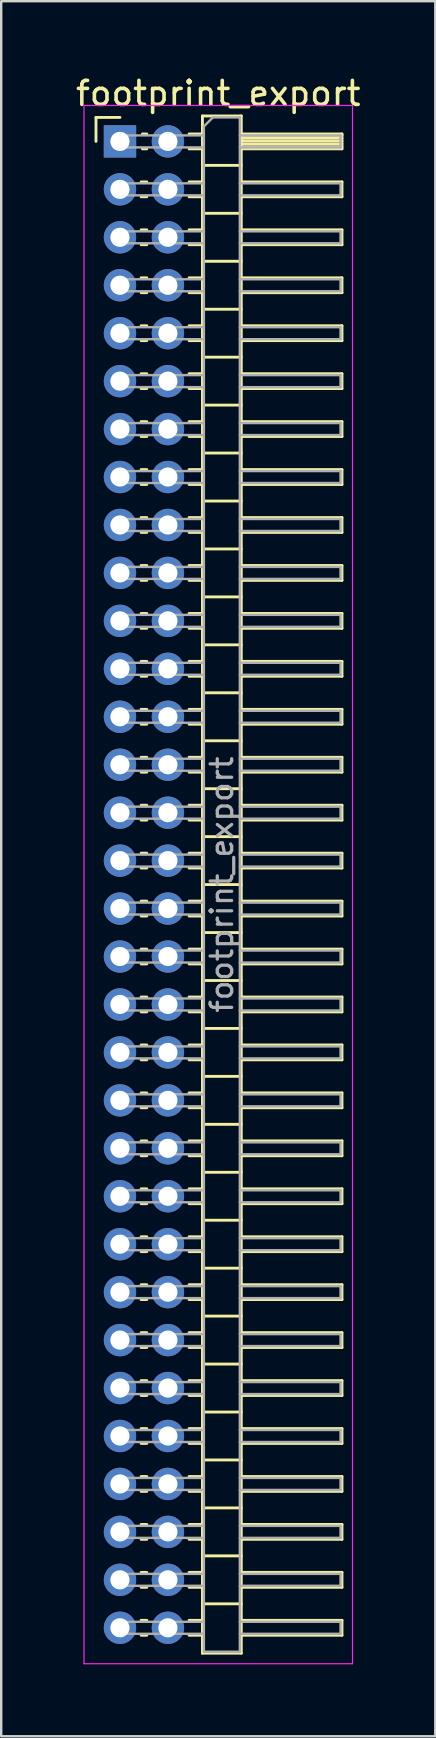
<source format=kicad_pcb>
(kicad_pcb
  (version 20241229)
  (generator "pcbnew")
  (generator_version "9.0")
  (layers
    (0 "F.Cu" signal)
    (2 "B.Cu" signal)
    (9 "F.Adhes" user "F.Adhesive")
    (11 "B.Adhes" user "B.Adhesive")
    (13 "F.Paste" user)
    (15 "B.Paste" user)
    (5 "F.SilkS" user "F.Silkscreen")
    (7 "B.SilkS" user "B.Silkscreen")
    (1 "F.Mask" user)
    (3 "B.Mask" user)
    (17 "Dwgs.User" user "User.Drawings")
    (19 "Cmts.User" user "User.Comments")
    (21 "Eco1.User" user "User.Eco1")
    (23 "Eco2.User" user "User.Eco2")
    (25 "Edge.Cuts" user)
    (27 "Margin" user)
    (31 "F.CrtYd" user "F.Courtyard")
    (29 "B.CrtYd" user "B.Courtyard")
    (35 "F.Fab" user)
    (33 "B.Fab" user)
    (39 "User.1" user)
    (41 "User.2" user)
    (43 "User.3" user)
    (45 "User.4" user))
  (footprint "footprint_export"
    (layer "F.Cu")
    (at 1.954 2.848)
    (property "Reference" "footprint_export" (at 4.1 -2 0) (layer "F.SilkS") (effects (font (size 1 1) (thickness 0.15))))
    (attr through_hole)
    (fp_line (start -1 -1) (end 0 -1) (stroke (width 0.12) (type solid)) (layer "F.SilkS"))
    (fp_line (start -1 0) (end -1 -1) (stroke (width 0.12) (type solid)) (layer "F.SilkS"))
    (fp_line (start 0.882 1.69) (end 1.118 1.69) (stroke (width 0.12) (type solid)) (layer "F.SilkS"))
    (fp_line (start 0.882 2.31) (end 1.118 2.31) (stroke (width 0.12) (type solid)) (layer "F.SilkS"))
    (fp_line (start 0.882 3.69) (end 1.118 3.69) (stroke (width 0.12) (type solid)) (layer "F.SilkS"))
    (fp_line (start 0.882 4.31) (end 1.118 4.31) (stroke (width 0.12) (type solid)) (layer "F.SilkS"))
    (fp_line (start 0.882 5.69) (end 1.118 5.69) (stroke (width 0.12) (type solid)) (layer "F.SilkS"))
    (fp_line (start 0.882 6.31) (end 1.118 6.31) (stroke (width 0.12) (type solid)) (layer "F.SilkS"))
    (fp_line (start 0.882 7.69) (end 1.118 7.69) (stroke (width 0.12) (type solid)) (layer "F.SilkS"))
    (fp_line (start 0.882 8.31) (end 1.118 8.31) (stroke (width 0.12) (type solid)) (layer "F.SilkS"))
    (fp_line (start 0.882 9.69) (end 1.118 9.69) (stroke (width 0.12) (type solid)) (layer "F.SilkS"))
    (fp_line (start 0.882 10.31) (end 1.118 10.31) (stroke (width 0.12) (type solid)) (layer "F.SilkS"))
    (fp_line (start 0.882 11.69) (end 1.118 11.69) (stroke (width 0.12) (type solid)) (layer "F.SilkS"))
    (fp_line (start 0.882 12.31) (end 1.118 12.31) (stroke (width 0.12) (type solid)) (layer "F.SilkS"))
    (fp_line (start 0.882 13.69) (end 1.118 13.69) (stroke (width 0.12) (type solid)) (layer "F.SilkS"))
    (fp_line (start 0.882 14.31) (end 1.118 14.31) (stroke (width 0.12) (type solid)) (layer "F.SilkS"))
    (fp_line (start 0.882 15.69) (end 1.118 15.69) (stroke (width 0.12) (type solid)) (layer "F.SilkS"))
    (fp_line (start 0.882 16.31) (end 1.118 16.31) (stroke (width 0.12) (type solid)) (layer "F.SilkS"))
    (fp_line (start 0.882 17.69) (end 1.118 17.69) (stroke (width 0.12) (type solid)) (layer "F.SilkS"))
    (fp_line (start 0.882 18.31) (end 1.118 18.31) (stroke (width 0.12) (type solid)) (layer "F.SilkS"))
    (fp_line (start 0.882 19.69) (end 1.118 19.69) (stroke (width 0.12) (type solid)) (layer "F.SilkS"))
    (fp_line (start 0.882 20.31) (end 1.118 20.31) (stroke (width 0.12) (type solid)) (layer "F.SilkS"))
    (fp_line (start 0.882 21.69) (end 1.118 21.69) (stroke (width 0.12) (type solid)) (layer "F.SilkS"))
    (fp_line (start 0.882 22.31) (end 1.118 22.31) (stroke (width 0.12) (type solid)) (layer "F.SilkS"))
    (fp_line (start 0.882 23.69) (end 1.118 23.69) (stroke (width 0.12) (type solid)) (layer "F.SilkS"))
    (fp_line (start 0.882 24.31) (end 1.118 24.31) (stroke (width 0.12) (type solid)) (layer "F.SilkS"))
    (fp_line (start 0.882 25.69) (end 1.118 25.69) (stroke (width 0.12) (type solid)) (layer "F.SilkS"))
    (fp_line (start 0.882 26.31) (end 1.118 26.31) (stroke (width 0.12) (type solid)) (layer "F.SilkS"))
    (fp_line (start 0.882 27.69) (end 1.118 27.69) (stroke (width 0.12) (type solid)) (layer "F.SilkS"))
    (fp_line (start 0.882 28.31) (end 1.118 28.31) (stroke (width 0.12) (type solid)) (layer "F.SilkS"))
    (fp_line (start 0.882 29.69) (end 1.118 29.69) (stroke (width 0.12) (type solid)) (layer "F.SilkS"))
    (fp_line (start 0.882 30.31) (end 1.118 30.31) (stroke (width 0.12) (type solid)) (layer "F.SilkS"))
    (fp_line (start 0.882 31.69) (end 1.118 31.69) (stroke (width 0.12) (type solid)) (layer "F.SilkS"))
    (fp_line (start 0.882 32.31) (end 1.118 32.31) (stroke (width 0.12) (type solid)) (layer "F.SilkS"))
    (fp_line (start 0.882 33.69) (end 1.118 33.69) (stroke (width 0.12) (type solid)) (layer "F.SilkS"))
    (fp_line (start 0.882 34.31) (end 1.118 34.31) (stroke (width 0.12) (type solid)) (layer "F.SilkS"))
    (fp_line (start 0.882 35.69) (end 1.118 35.69) (stroke (width 0.12) (type solid)) (layer "F.SilkS"))
    (fp_line (start 0.882 36.31) (end 1.118 36.31) (stroke (width 0.12) (type solid)) (layer "F.SilkS"))
    (fp_line (start 0.882 37.69) (end 1.118 37.69) (stroke (width 0.12) (type solid)) (layer "F.SilkS"))
    (fp_line (start 0.882 38.31) (end 1.118 38.31) (stroke (width 0.12) (type solid)) (layer "F.SilkS"))
    (fp_line (start 0.882 39.69) (end 1.118 39.69) (stroke (width 0.12) (type solid)) (layer "F.SilkS"))
    (fp_line (start 0.882 40.31) (end 1.118 40.31) (stroke (width 0.12) (type solid)) (layer "F.SilkS"))
    (fp_line (start 0.882 41.69) (end 1.118 41.69) (stroke (width 0.12) (type solid)) (layer "F.SilkS"))
    (fp_line (start 0.882 42.31) (end 1.118 42.31) (stroke (width 0.12) (type solid)) (layer "F.SilkS"))
    (fp_line (start 0.882 43.69) (end 1.118 43.69) (stroke (width 0.12) (type solid)) (layer "F.SilkS"))
    (fp_line (start 0.882 44.31) (end 1.118 44.31) (stroke (width 0.12) (type solid)) (layer "F.SilkS"))
    (fp_line (start 0.882 45.69) (end 1.118 45.69) (stroke (width 0.12) (type solid)) (layer "F.SilkS"))
    (fp_line (start 0.882 46.31) (end 1.118 46.31) (stroke (width 0.12) (type solid)) (layer "F.SilkS"))
    (fp_line (start 0.882 47.69) (end 1.118 47.69) (stroke (width 0.12) (type solid)) (layer "F.SilkS"))
    (fp_line (start 0.882 48.31) (end 1.118 48.31) (stroke (width 0.12) (type solid)) (layer "F.SilkS"))
    (fp_line (start 0.882 49.69) (end 1.118 49.69) (stroke (width 0.12) (type solid)) (layer "F.SilkS"))
    (fp_line (start 0.882 50.31) (end 1.118 50.31) (stroke (width 0.12) (type solid)) (layer "F.SilkS"))
    (fp_line (start 0.882 51.69) (end 1.118 51.69) (stroke (width 0.12) (type solid)) (layer "F.SilkS"))
    (fp_line (start 0.882 52.31) (end 1.118 52.31) (stroke (width 0.12) (type solid)) (layer "F.SilkS"))
    (fp_line (start 0.882 53.69) (end 1.118 53.69) (stroke (width 0.12) (type solid)) (layer "F.SilkS"))
    (fp_line (start 0.882 54.31) (end 1.118 54.31) (stroke (width 0.12) (type solid)) (layer "F.SilkS"))
    (fp_line (start 0.882 55.69) (end 1.118 55.69) (stroke (width 0.12) (type solid)) (layer "F.SilkS"))
    (fp_line (start 0.882 56.31) (end 1.118 56.31) (stroke (width 0.12) (type solid)) (layer "F.SilkS"))
    (fp_line (start 0.882 57.69) (end 1.118 57.69) (stroke (width 0.12) (type solid)) (layer "F.SilkS"))
    (fp_line (start 0.882 58.31) (end 1.118 58.31) (stroke (width 0.12) (type solid)) (layer "F.SilkS"))
    (fp_line (start 0.882 59.69) (end 1.118 59.69) (stroke (width 0.12) (type solid)) (layer "F.SilkS"))
    (fp_line (start 0.882 60.31) (end 1.118 60.31) (stroke (width 0.12) (type solid)) (layer "F.SilkS"))
    (fp_line (start 0.882 61.69) (end 1.118 61.69) (stroke (width 0.12) (type solid)) (layer "F.SilkS"))
    (fp_line (start 0.882 62.31) (end 1.118 62.31) (stroke (width 0.12) (type solid)) (layer "F.SilkS"))
    (fp_line (start 0.935 -0.31) (end 1.118 -0.31) (stroke (width 0.12) (type solid)) (layer "F.SilkS"))
    (fp_line (start 0.935 0.31) (end 1.118 0.31) (stroke (width 0.12) (type solid)) (layer "F.SilkS"))
    (fp_line (start 2.882 -0.31) (end 3.44 -0.31) (stroke (width 0.12) (type solid)) (layer "F.SilkS"))
    (fp_line (start 2.882 0.31) (end 3.44 0.31) (stroke (width 0.12) (type solid)) (layer "F.SilkS"))
    (fp_line (start 2.882 1.69) (end 3.44 1.69) (stroke (width 0.12) (type solid)) (layer "F.SilkS"))
    (fp_line (start 2.882 2.31) (end 3.44 2.31) (stroke (width 0.12) (type solid)) (layer "F.SilkS"))
    (fp_line (start 2.882 3.69) (end 3.44 3.69) (stroke (width 0.12) (type solid)) (layer "F.SilkS"))
    (fp_line (start 2.882 4.31) (end 3.44 4.31) (stroke (width 0.12) (type solid)) (layer "F.SilkS"))
    (fp_line (start 2.882 5.69) (end 3.44 5.69) (stroke (width 0.12) (type solid)) (layer "F.SilkS"))
    (fp_line (start 2.882 6.31) (end 3.44 6.31) (stroke (width 0.12) (type solid)) (layer "F.SilkS"))
    (fp_line (start 2.882 7.69) (end 3.44 7.69) (stroke (width 0.12) (type solid)) (layer "F.SilkS"))
    (fp_line (start 2.882 8.31) (end 3.44 8.31) (stroke (width 0.12) (type solid)) (layer "F.SilkS"))
    (fp_line (start 2.882 9.69) (end 3.44 9.69) (stroke (width 0.12) (type solid)) (layer "F.SilkS"))
    (fp_line (start 2.882 10.31) (end 3.44 10.31) (stroke (width 0.12) (type solid)) (layer "F.SilkS"))
    (fp_line (start 2.882 11.69) (end 3.44 11.69) (stroke (width 0.12) (type solid)) (layer "F.SilkS"))
    (fp_line (start 2.882 12.31) (end 3.44 12.31) (stroke (width 0.12) (type solid)) (layer "F.SilkS"))
    (fp_line (start 2.882 13.69) (end 3.44 13.69) (stroke (width 0.12) (type solid)) (layer "F.SilkS"))
    (fp_line (start 2.882 14.31) (end 3.44 14.31) (stroke (width 0.12) (type solid)) (layer "F.SilkS"))
    (fp_line (start 2.882 15.69) (end 3.44 15.69) (stroke (width 0.12) (type solid)) (layer "F.SilkS"))
    (fp_line (start 2.882 16.31) (end 3.44 16.31) (stroke (width 0.12) (type solid)) (layer "F.SilkS"))
    (fp_line (start 2.882 17.69) (end 3.44 17.69) (stroke (width 0.12) (type solid)) (layer "F.SilkS"))
    (fp_line (start 2.882 18.31) (end 3.44 18.31) (stroke (width 0.12) (type solid)) (layer "F.SilkS"))
    (fp_line (start 2.882 19.69) (end 3.44 19.69) (stroke (width 0.12) (type solid)) (layer "F.SilkS"))
    (fp_line (start 2.882 20.31) (end 3.44 20.31) (stroke (width 0.12) (type solid)) (layer "F.SilkS"))
    (fp_line (start 2.882 21.69) (end 3.44 21.69) (stroke (width 0.12) (type solid)) (layer "F.SilkS"))
    (fp_line (start 2.882 22.31) (end 3.44 22.31) (stroke (width 0.12) (type solid)) (layer "F.SilkS"))
    (fp_line (start 2.882 23.69) (end 3.44 23.69) (stroke (width 0.12) (type solid)) (layer "F.SilkS"))
    (fp_line (start 2.882 24.31) (end 3.44 24.31) (stroke (width 0.12) (type solid)) (layer "F.SilkS"))
    (fp_line (start 2.882 25.69) (end 3.44 25.69) (stroke (width 0.12) (type solid)) (layer "F.SilkS"))
    (fp_line (start 2.882 26.31) (end 3.44 26.31) (stroke (width 0.12) (type solid)) (layer "F.SilkS"))
    (fp_line (start 2.882 27.69) (end 3.44 27.69) (stroke (width 0.12) (type solid)) (layer "F.SilkS"))
    (fp_line (start 2.882 28.31) (end 3.44 28.31) (stroke (width 0.12) (type solid)) (layer "F.SilkS"))
    (fp_line (start 2.882 29.69) (end 3.44 29.69) (stroke (width 0.12) (type solid)) (layer "F.SilkS"))
    (fp_line (start 2.882 30.31) (end 3.44 30.31) (stroke (width 0.12) (type solid)) (layer "F.SilkS"))
    (fp_line (start 2.882 31.69) (end 3.44 31.69) (stroke (width 0.12) (type solid)) (layer "F.SilkS"))
    (fp_line (start 2.882 32.31) (end 3.44 32.31) (stroke (width 0.12) (type solid)) (layer "F.SilkS"))
    (fp_line (start 2.882 33.69) (end 3.44 33.69) (stroke (width 0.12) (type solid)) (layer "F.SilkS"))
    (fp_line (start 2.882 34.31) (end 3.44 34.31) (stroke (width 0.12) (type solid)) (layer "F.SilkS"))
    (fp_line (start 2.882 35.69) (end 3.44 35.69) (stroke (width 0.12) (type solid)) (layer "F.SilkS"))
    (fp_line (start 2.882 36.31) (end 3.44 36.31) (stroke (width 0.12) (type solid)) (layer "F.SilkS"))
    (fp_line (start 2.882 37.69) (end 3.44 37.69) (stroke (width 0.12) (type solid)) (layer "F.SilkS"))
    (fp_line (start 2.882 38.31) (end 3.44 38.31) (stroke (width 0.12) (type solid)) (layer "F.SilkS"))
    (fp_line (start 2.882 39.69) (end 3.44 39.69) (stroke (width 0.12) (type solid)) (layer "F.SilkS"))
    (fp_line (start 2.882 40.31) (end 3.44 40.31) (stroke (width 0.12) (type solid)) (layer "F.SilkS"))
    (fp_line (start 2.882 41.69) (end 3.44 41.69) (stroke (width 0.12) (type solid)) (layer "F.SilkS"))
    (fp_line (start 2.882 42.31) (end 3.44 42.31) (stroke (width 0.12) (type solid)) (layer "F.SilkS"))
    (fp_line (start 2.882 43.69) (end 3.44 43.69) (stroke (width 0.12) (type solid)) (layer "F.SilkS"))
    (fp_line (start 2.882 44.31) (end 3.44 44.31) (stroke (width 0.12) (type solid)) (layer "F.SilkS"))
    (fp_line (start 2.882 45.69) (end 3.44 45.69) (stroke (width 0.12) (type solid)) (layer "F.SilkS"))
    (fp_line (start 2.882 46.31) (end 3.44 46.31) (stroke (width 0.12) (type solid)) (layer "F.SilkS"))
    (fp_line (start 2.882 47.69) (end 3.44 47.69) (stroke (width 0.12) (type solid)) (layer "F.SilkS"))
    (fp_line (start 2.882 48.31) (end 3.44 48.31) (stroke (width 0.12) (type solid)) (layer "F.SilkS"))
    (fp_line (start 2.882 49.69) (end 3.44 49.69) (stroke (width 0.12) (type solid)) (layer "F.SilkS"))
    (fp_line (start 2.882 50.31) (end 3.44 50.31) (stroke (width 0.12) (type solid)) (layer "F.SilkS"))
    (fp_line (start 2.882 51.69) (end 3.44 51.69) (stroke (width 0.12) (type solid)) (layer "F.SilkS"))
    (fp_line (start 2.882 52.31) (end 3.44 52.31) (stroke (width 0.12) (type solid)) (layer "F.SilkS"))
    (fp_line (start 2.882 53.69) (end 3.44 53.69) (stroke (width 0.12) (type solid)) (layer "F.SilkS"))
    (fp_line (start 2.882 54.31) (end 3.44 54.31) (stroke (width 0.12) (type solid)) (layer "F.SilkS"))
    (fp_line (start 2.882 55.69) (end 3.44 55.69) (stroke (width 0.12) (type solid)) (layer "F.SilkS"))
    (fp_line (start 2.882 56.31) (end 3.44 56.31) (stroke (width 0.12) (type solid)) (layer "F.SilkS"))
    (fp_line (start 2.882 57.69) (end 3.44 57.69) (stroke (width 0.12) (type solid)) (layer "F.SilkS"))
    (fp_line (start 2.882 58.31) (end 3.44 58.31) (stroke (width 0.12) (type solid)) (layer "F.SilkS"))
    (fp_line (start 2.882 59.69) (end 3.44 59.69) (stroke (width 0.12) (type solid)) (layer "F.SilkS"))
    (fp_line (start 2.882 60.31) (end 3.44 60.31) (stroke (width 0.12) (type solid)) (layer "F.SilkS"))
    (fp_line (start 2.882 61.69) (end 3.44 61.69) (stroke (width 0.12) (type solid)) (layer "F.SilkS"))
    (fp_line (start 2.882 62.31) (end 3.44 62.31) (stroke (width 0.12) (type solid)) (layer "F.SilkS"))
    (fp_line (start 3.44 -1.06) (end 3.44 63.06) (stroke (width 0.12) (type solid)) (layer "F.SilkS"))
    (fp_line (start 3.44 1) (end 5.06 1) (stroke (width 0.12) (type solid)) (layer "F.SilkS"))
    (fp_line (start 3.44 3) (end 5.06 3) (stroke (width 0.12) (type solid)) (layer "F.SilkS"))
    (fp_line (start 3.44 5) (end 5.06 5) (stroke (width 0.12) (type solid)) (layer "F.SilkS"))
    (fp_line (start 3.44 7) (end 5.06 7) (stroke (width 0.12) (type solid)) (layer "F.SilkS"))
    (fp_line (start 3.44 9) (end 5.06 9) (stroke (width 0.12) (type solid)) (layer "F.SilkS"))
    (fp_line (start 3.44 11) (end 5.06 11) (stroke (width 0.12) (type solid)) (layer "F.SilkS"))
    (fp_line (start 3.44 13) (end 5.06 13) (stroke (width 0.12) (type solid)) (layer "F.SilkS"))
    (fp_line (start 3.44 15) (end 5.06 15) (stroke (width 0.12) (type solid)) (layer "F.SilkS"))
    (fp_line (start 3.44 17) (end 5.06 17) (stroke (width 0.12) (type solid)) (layer "F.SilkS"))
    (fp_line (start 3.44 19) (end 5.06 19) (stroke (width 0.12) (type solid)) (layer "F.SilkS"))
    (fp_line (start 3.44 21) (end 5.06 21) (stroke (width 0.12) (type solid)) (layer "F.SilkS"))
    (fp_line (start 3.44 23) (end 5.06 23) (stroke (width 0.12) (type solid)) (layer "F.SilkS"))
    (fp_line (start 3.44 25) (end 5.06 25) (stroke (width 0.12) (type solid)) (layer "F.SilkS"))
    (fp_line (start 3.44 27) (end 5.06 27) (stroke (width 0.12) (type solid)) (layer "F.SilkS"))
    (fp_line (start 3.44 29) (end 5.06 29) (stroke (width 0.12) (type solid)) (layer "F.SilkS"))
    (fp_line (start 3.44 31) (end 5.06 31) (stroke (width 0.12) (type solid)) (layer "F.SilkS"))
    (fp_line (start 3.44 33) (end 5.06 33) (stroke (width 0.12) (type solid)) (layer "F.SilkS"))
    (fp_line (start 3.44 35) (end 5.06 35) (stroke (width 0.12) (type solid)) (layer "F.SilkS"))
    (fp_line (start 3.44 37) (end 5.06 37) (stroke (width 0.12) (type solid)) (layer "F.SilkS"))
    (fp_line (start 3.44 39) (end 5.06 39) (stroke (width 0.12) (type solid)) (layer "F.SilkS"))
    (fp_line (start 3.44 41) (end 5.06 41) (stroke (width 0.12) (type solid)) (layer "F.SilkS"))
    (fp_line (start 3.44 43) (end 5.06 43) (stroke (width 0.12) (type solid)) (layer "F.SilkS"))
    (fp_line (start 3.44 45) (end 5.06 45) (stroke (width 0.12) (type solid)) (layer "F.SilkS"))
    (fp_line (start 3.44 47) (end 5.06 47) (stroke (width 0.12) (type solid)) (layer "F.SilkS"))
    (fp_line (start 3.44 49) (end 5.06 49) (stroke (width 0.12) (type solid)) (layer "F.SilkS"))
    (fp_line (start 3.44 51) (end 5.06 51) (stroke (width 0.12) (type solid)) (layer "F.SilkS"))
    (fp_line (start 3.44 53) (end 5.06 53) (stroke (width 0.12) (type solid)) (layer "F.SilkS"))
    (fp_line (start 3.44 55) (end 5.06 55) (stroke (width 0.12) (type solid)) (layer "F.SilkS"))
    (fp_line (start 3.44 57) (end 5.06 57) (stroke (width 0.12) (type solid)) (layer "F.SilkS"))
    (fp_line (start 3.44 59) (end 5.06 59) (stroke (width 0.12) (type solid)) (layer "F.SilkS"))
    (fp_line (start 3.44 61) (end 5.06 61) (stroke (width 0.12) (type solid)) (layer "F.SilkS"))
    (fp_line (start 3.44 63.06) (end 5.06 63.06) (stroke (width 0.12) (type solid)) (layer "F.SilkS"))
    (fp_line (start 5.06 -1.06) (end 3.44 -1.06) (stroke (width 0.12) (type solid)) (layer "F.SilkS"))
    (fp_line (start 5.06 -0.31) (end 9.26 -0.31) (stroke (width 0.12) (type solid)) (layer "F.SilkS"))
    (fp_line (start 5.06 -0.25) (end 9.26 -0.25) (stroke (width 0.12) (type solid)) (layer "F.SilkS"))
    (fp_line (start 5.06 -0.13) (end 9.26 -0.13) (stroke (width 0.12) (type solid)) (layer "F.SilkS"))
    (fp_line (start 5.06 -0.01) (end 9.26 -0.01) (stroke (width 0.12) (type solid)) (layer "F.SilkS"))
    (fp_line (start 5.06 0.11) (end 9.26 0.11) (stroke (width 0.12) (type solid)) (layer "F.SilkS"))
    (fp_line (start 5.06 0.23) (end 9.26 0.23) (stroke (width 0.12) (type solid)) (layer "F.SilkS"))
    (fp_line (start 5.06 1.69) (end 9.26 1.69) (stroke (width 0.12) (type solid)) (layer "F.SilkS"))
    (fp_line (start 5.06 3.69) (end 9.26 3.69) (stroke (width 0.12) (type solid)) (layer "F.SilkS"))
    (fp_line (start 5.06 5.69) (end 9.26 5.69) (stroke (width 0.12) (type solid)) (layer "F.SilkS"))
    (fp_line (start 5.06 7.69) (end 9.26 7.69) (stroke (width 0.12) (type solid)) (layer "F.SilkS"))
    (fp_line (start 5.06 9.69) (end 9.26 9.69) (stroke (width 0.12) (type solid)) (layer "F.SilkS"))
    (fp_line (start 5.06 11.69) (end 9.26 11.69) (stroke (width 0.12) (type solid)) (layer "F.SilkS"))
    (fp_line (start 5.06 13.69) (end 9.26 13.69) (stroke (width 0.12) (type solid)) (layer "F.SilkS"))
    (fp_line (start 5.06 15.69) (end 9.26 15.69) (stroke (width 0.12) (type solid)) (layer "F.SilkS"))
    (fp_line (start 5.06 17.69) (end 9.26 17.69) (stroke (width 0.12) (type solid)) (layer "F.SilkS"))
    (fp_line (start 5.06 19.69) (end 9.26 19.69) (stroke (width 0.12) (type solid)) (layer "F.SilkS"))
    (fp_line (start 5.06 21.69) (end 9.26 21.69) (stroke (width 0.12) (type solid)) (layer "F.SilkS"))
    (fp_line (start 5.06 23.69) (end 9.26 23.69) (stroke (width 0.12) (type solid)) (layer "F.SilkS"))
    (fp_line (start 5.06 25.69) (end 9.26 25.69) (stroke (width 0.12) (type solid)) (layer "F.SilkS"))
    (fp_line (start 5.06 27.69) (end 9.26 27.69) (stroke (width 0.12) (type solid)) (layer "F.SilkS"))
    (fp_line (start 5.06 29.69) (end 9.26 29.69) (stroke (width 0.12) (type solid)) (layer "F.SilkS"))
    (fp_line (start 5.06 31.69) (end 9.26 31.69) (stroke (width 0.12) (type solid)) (layer "F.SilkS"))
    (fp_line (start 5.06 33.69) (end 9.26 33.69) (stroke (width 0.12) (type solid)) (layer "F.SilkS"))
    (fp_line (start 5.06 35.69) (end 9.26 35.69) (stroke (width 0.12) (type solid)) (layer "F.SilkS"))
    (fp_line (start 5.06 37.69) (end 9.26 37.69) (stroke (width 0.12) (type solid)) (layer "F.SilkS"))
    (fp_line (start 5.06 39.69) (end 9.26 39.69) (stroke (width 0.12) (type solid)) (layer "F.SilkS"))
    (fp_line (start 5.06 41.69) (end 9.26 41.69) (stroke (width 0.12) (type solid)) (layer "F.SilkS"))
    (fp_line (start 5.06 43.69) (end 9.26 43.69) (stroke (width 0.12) (type solid)) (layer "F.SilkS"))
    (fp_line (start 5.06 45.69) (end 9.26 45.69) (stroke (width 0.12) (type solid)) (layer "F.SilkS"))
    (fp_line (start 5.06 47.69) (end 9.26 47.69) (stroke (width 0.12) (type solid)) (layer "F.SilkS"))
    (fp_line (start 5.06 49.69) (end 9.26 49.69) (stroke (width 0.12) (type solid)) (layer "F.SilkS"))
    (fp_line (start 5.06 51.69) (end 9.26 51.69) (stroke (width 0.12) (type solid)) (layer "F.SilkS"))
    (fp_line (start 5.06 53.69) (end 9.26 53.69) (stroke (width 0.12) (type solid)) (layer "F.SilkS"))
    (fp_line (start 5.06 55.69) (end 9.26 55.69) (stroke (width 0.12) (type solid)) (layer "F.SilkS"))
    (fp_line (start 5.06 57.69) (end 9.26 57.69) (stroke (width 0.12) (type solid)) (layer "F.SilkS"))
    (fp_line (start 5.06 59.69) (end 9.26 59.69) (stroke (width 0.12) (type solid)) (layer "F.SilkS"))
    (fp_line (start 5.06 61.69) (end 9.26 61.69) (stroke (width 0.12) (type solid)) (layer "F.SilkS"))
    (fp_line (start 5.06 63.06) (end 5.06 -1.06) (stroke (width 0.12) (type solid)) (layer "F.SilkS"))
    (fp_line (start 9.26 -0.31) (end 9.26 0.31) (stroke (width 0.12) (type solid)) (layer "F.SilkS"))
    (fp_line (start 9.26 0.31) (end 5.06 0.31) (stroke (width 0.12) (type solid)) (layer "F.SilkS"))
    (fp_line (start 9.26 1.69) (end 9.26 2.31) (stroke (width 0.12) (type solid)) (layer "F.SilkS"))
    (fp_line (start 9.26 2.31) (end 5.06 2.31) (stroke (width 0.12) (type solid)) (layer "F.SilkS"))
    (fp_line (start 9.26 3.69) (end 9.26 4.31) (stroke (width 0.12) (type solid)) (layer "F.SilkS"))
    (fp_line (start 9.26 4.31) (end 5.06 4.31) (stroke (width 0.12) (type solid)) (layer "F.SilkS"))
    (fp_line (start 9.26 5.69) (end 9.26 6.31) (stroke (width 0.12) (type solid)) (layer "F.SilkS"))
    (fp_line (start 9.26 6.31) (end 5.06 6.31) (stroke (width 0.12) (type solid)) (layer "F.SilkS"))
    (fp_line (start 9.26 7.69) (end 9.26 8.31) (stroke (width 0.12) (type solid)) (layer "F.SilkS"))
    (fp_line (start 9.26 8.31) (end 5.06 8.31) (stroke (width 0.12) (type solid)) (layer "F.SilkS"))
    (fp_line (start 9.26 9.69) (end 9.26 10.31) (stroke (width 0.12) (type solid)) (layer "F.SilkS"))
    (fp_line (start 9.26 10.31) (end 5.06 10.31) (stroke (width 0.12) (type solid)) (layer "F.SilkS"))
    (fp_line (start 9.26 11.69) (end 9.26 12.31) (stroke (width 0.12) (type solid)) (layer "F.SilkS"))
    (fp_line (start 9.26 12.31) (end 5.06 12.31) (stroke (width 0.12) (type solid)) (layer "F.SilkS"))
    (fp_line (start 9.26 13.69) (end 9.26 14.31) (stroke (width 0.12) (type solid)) (layer "F.SilkS"))
    (fp_line (start 9.26 14.31) (end 5.06 14.31) (stroke (width 0.12) (type solid)) (layer "F.SilkS"))
    (fp_line (start 9.26 15.69) (end 9.26 16.31) (stroke (width 0.12) (type solid)) (layer "F.SilkS"))
    (fp_line (start 9.26 16.31) (end 5.06 16.31) (stroke (width 0.12) (type solid)) (layer "F.SilkS"))
    (fp_line (start 9.26 17.69) (end 9.26 18.31) (stroke (width 0.12) (type solid)) (layer "F.SilkS"))
    (fp_line (start 9.26 18.31) (end 5.06 18.31) (stroke (width 0.12) (type solid)) (layer "F.SilkS"))
    (fp_line (start 9.26 19.69) (end 9.26 20.31) (stroke (width 0.12) (type solid)) (layer "F.SilkS"))
    (fp_line (start 9.26 20.31) (end 5.06 20.31) (stroke (width 0.12) (type solid)) (layer "F.SilkS"))
    (fp_line (start 9.26 21.69) (end 9.26 22.31) (stroke (width 0.12) (type solid)) (layer "F.SilkS"))
    (fp_line (start 9.26 22.31) (end 5.06 22.31) (stroke (width 0.12) (type solid)) (layer "F.SilkS"))
    (fp_line (start 9.26 23.69) (end 9.26 24.31) (stroke (width 0.12) (type solid)) (layer "F.SilkS"))
    (fp_line (start 9.26 24.31) (end 5.06 24.31) (stroke (width 0.12) (type solid)) (layer "F.SilkS"))
    (fp_line (start 9.26 25.69) (end 9.26 26.31) (stroke (width 0.12) (type solid)) (layer "F.SilkS"))
    (fp_line (start 9.26 26.31) (end 5.06 26.31) (stroke (width 0.12) (type solid)) (layer "F.SilkS"))
    (fp_line (start 9.26 27.69) (end 9.26 28.31) (stroke (width 0.12) (type solid)) (layer "F.SilkS"))
    (fp_line (start 9.26 28.31) (end 5.06 28.31) (stroke (width 0.12) (type solid)) (layer "F.SilkS"))
    (fp_line (start 9.26 29.69) (end 9.26 30.31) (stroke (width 0.12) (type solid)) (layer "F.SilkS"))
    (fp_line (start 9.26 30.31) (end 5.06 30.31) (stroke (width 0.12) (type solid)) (layer "F.SilkS"))
    (fp_line (start 9.26 31.69) (end 9.26 32.31) (stroke (width 0.12) (type solid)) (layer "F.SilkS"))
    (fp_line (start 9.26 32.31) (end 5.06 32.31) (stroke (width 0.12) (type solid)) (layer "F.SilkS"))
    (fp_line (start 9.26 33.69) (end 9.26 34.31) (stroke (width 0.12) (type solid)) (layer "F.SilkS"))
    (fp_line (start 9.26 34.31) (end 5.06 34.31) (stroke (width 0.12) (type solid)) (layer "F.SilkS"))
    (fp_line (start 9.26 35.69) (end 9.26 36.31) (stroke (width 0.12) (type solid)) (layer "F.SilkS"))
    (fp_line (start 9.26 36.31) (end 5.06 36.31) (stroke (width 0.12) (type solid)) (layer "F.SilkS"))
    (fp_line (start 9.26 37.69) (end 9.26 38.31) (stroke (width 0.12) (type solid)) (layer "F.SilkS"))
    (fp_line (start 9.26 38.31) (end 5.06 38.31) (stroke (width 0.12) (type solid)) (layer "F.SilkS"))
    (fp_line (start 9.26 39.69) (end 9.26 40.31) (stroke (width 0.12) (type solid)) (layer "F.SilkS"))
    (fp_line (start 9.26 40.31) (end 5.06 40.31) (stroke (width 0.12) (type solid)) (layer "F.SilkS"))
    (fp_line (start 9.26 41.69) (end 9.26 42.31) (stroke (width 0.12) (type solid)) (layer "F.SilkS"))
    (fp_line (start 9.26 42.31) (end 5.06 42.31) (stroke (width 0.12) (type solid)) (layer "F.SilkS"))
    (fp_line (start 9.26 43.69) (end 9.26 44.31) (stroke (width 0.12) (type solid)) (layer "F.SilkS"))
    (fp_line (start 9.26 44.31) (end 5.06 44.31) (stroke (width 0.12) (type solid)) (layer "F.SilkS"))
    (fp_line (start 9.26 45.69) (end 9.26 46.31) (stroke (width 0.12) (type solid)) (layer "F.SilkS"))
    (fp_line (start 9.26 46.31) (end 5.06 46.31) (stroke (width 0.12) (type solid)) (layer "F.SilkS"))
    (fp_line (start 9.26 47.69) (end 9.26 48.31) (stroke (width 0.12) (type solid)) (layer "F.SilkS"))
    (fp_line (start 9.26 48.31) (end 5.06 48.31) (stroke (width 0.12) (type solid)) (layer "F.SilkS"))
    (fp_line (start 9.26 49.69) (end 9.26 50.31) (stroke (width 0.12) (type solid)) (layer "F.SilkS"))
    (fp_line (start 9.26 50.31) (end 5.06 50.31) (stroke (width 0.12) (type solid)) (layer "F.SilkS"))
    (fp_line (start 9.26 51.69) (end 9.26 52.31) (stroke (width 0.12) (type solid)) (layer "F.SilkS"))
    (fp_line (start 9.26 52.31) (end 5.06 52.31) (stroke (width 0.12) (type solid)) (layer "F.SilkS"))
    (fp_line (start 9.26 53.69) (end 9.26 54.31) (stroke (width 0.12) (type solid)) (layer "F.SilkS"))
    (fp_line (start 9.26 54.31) (end 5.06 54.31) (stroke (width 0.12) (type solid)) (layer "F.SilkS"))
    (fp_line (start 9.26 55.69) (end 9.26 56.31) (stroke (width 0.12) (type solid)) (layer "F.SilkS"))
    (fp_line (start 9.26 56.31) (end 5.06 56.31) (stroke (width 0.12) (type solid)) (layer "F.SilkS"))
    (fp_line (start 9.26 57.69) (end 9.26 58.31) (stroke (width 0.12) (type solid)) (layer "F.SilkS"))
    (fp_line (start 9.26 58.31) (end 5.06 58.31) (stroke (width 0.12) (type solid)) (layer "F.SilkS"))
    (fp_line (start 9.26 59.69) (end 9.26 60.31) (stroke (width 0.12) (type solid)) (layer "F.SilkS"))
    (fp_line (start 9.26 60.31) (end 5.06 60.31) (stroke (width 0.12) (type solid)) (layer "F.SilkS"))
    (fp_line (start 9.26 61.69) (end 9.26 62.31) (stroke (width 0.12) (type solid)) (layer "F.SilkS"))
    (fp_line (start 9.26 62.31) (end 5.06 62.31) (stroke (width 0.12) (type solid)) (layer "F.SilkS"))
    (fp_line (start -1.5 -1.5) (end -1.5 63.5) (stroke (width 0.05) (type solid)) (layer "F.CrtYd"))
    (fp_line (start -1.5 63.5) (end 9.7 63.5) (stroke (width 0.05) (type solid)) (layer "F.CrtYd"))
    (fp_line (start 9.7 -1.5) (end -1.5 -1.5) (stroke (width 0.05) (type solid)) (layer "F.CrtYd"))
    (fp_line (start 9.7 63.5) (end 9.7 -1.5) (stroke (width 0.05) (type solid)) (layer "F.CrtYd"))
    (fp_line (start -0.25 -0.25) (end -0.25 0.25) (stroke (width 0.1) (type solid)) (layer "F.Fab"))
    (fp_line (start -0.25 -0.25) (end 3.5 -0.25) (stroke (width 0.1) (type solid)) (layer "F.Fab"))
    (fp_line (start -0.25 0.25) (end 3.5 0.25) (stroke (width 0.1) (type solid)) (layer "F.Fab"))
    (fp_line (start -0.25 1.75) (end -0.25 2.25) (stroke (width 0.1) (type solid)) (layer "F.Fab"))
    (fp_line (start -0.25 1.75) (end 3.5 1.75) (stroke (width 0.1) (type solid)) (layer "F.Fab"))
    (fp_line (start -0.25 2.25) (end 3.5 2.25) (stroke (width 0.1) (type solid)) (layer "F.Fab"))
    (fp_line (start -0.25 3.75) (end -0.25 4.25) (stroke (width 0.1) (type solid)) (layer "F.Fab"))
    (fp_line (start -0.25 3.75) (end 3.5 3.75) (stroke (width 0.1) (type solid)) (layer "F.Fab"))
    (fp_line (start -0.25 4.25) (end 3.5 4.25) (stroke (width 0.1) (type solid)) (layer "F.Fab"))
    (fp_line (start -0.25 5.75) (end -0.25 6.25) (stroke (width 0.1) (type solid)) (layer "F.Fab"))
    (fp_line (start -0.25 5.75) (end 3.5 5.75) (stroke (width 0.1) (type solid)) (layer "F.Fab"))
    (fp_line (start -0.25 6.25) (end 3.5 6.25) (stroke (width 0.1) (type solid)) (layer "F.Fab"))
    (fp_line (start -0.25 7.75) (end -0.25 8.25) (stroke (width 0.1) (type solid)) (layer "F.Fab"))
    (fp_line (start -0.25 7.75) (end 3.5 7.75) (stroke (width 0.1) (type solid)) (layer "F.Fab"))
    (fp_line (start -0.25 8.25) (end 3.5 8.25) (stroke (width 0.1) (type solid)) (layer "F.Fab"))
    (fp_line (start -0.25 9.75) (end -0.25 10.25) (stroke (width 0.1) (type solid)) (layer "F.Fab"))
    (fp_line (start -0.25 9.75) (end 3.5 9.75) (stroke (width 0.1) (type solid)) (layer "F.Fab"))
    (fp_line (start -0.25 10.25) (end 3.5 10.25) (stroke (width 0.1) (type solid)) (layer "F.Fab"))
    (fp_line (start -0.25 11.75) (end -0.25 12.25) (stroke (width 0.1) (type solid)) (layer "F.Fab"))
    (fp_line (start -0.25 11.75) (end 3.5 11.75) (stroke (width 0.1) (type solid)) (layer "F.Fab"))
    (fp_line (start -0.25 12.25) (end 3.5 12.25) (stroke (width 0.1) (type solid)) (layer "F.Fab"))
    (fp_line (start -0.25 13.75) (end -0.25 14.25) (stroke (width 0.1) (type solid)) (layer "F.Fab"))
    (fp_line (start -0.25 13.75) (end 3.5 13.75) (stroke (width 0.1) (type solid)) (layer "F.Fab"))
    (fp_line (start -0.25 14.25) (end 3.5 14.25) (stroke (width 0.1) (type solid)) (layer "F.Fab"))
    (fp_line (start -0.25 15.75) (end -0.25 16.25) (stroke (width 0.1) (type solid)) (layer "F.Fab"))
    (fp_line (start -0.25 15.75) (end 3.5 15.75) (stroke (width 0.1) (type solid)) (layer "F.Fab"))
    (fp_line (start -0.25 16.25) (end 3.5 16.25) (stroke (width 0.1) (type solid)) (layer "F.Fab"))
    (fp_line (start -0.25 17.75) (end -0.25 18.25) (stroke (width 0.1) (type solid)) (layer "F.Fab"))
    (fp_line (start -0.25 17.75) (end 3.5 17.75) (stroke (width 0.1) (type solid)) (layer "F.Fab"))
    (fp_line (start -0.25 18.25) (end 3.5 18.25) (stroke (width 0.1) (type solid)) (layer "F.Fab"))
    (fp_line (start -0.25 19.75) (end -0.25 20.25) (stroke (width 0.1) (type solid)) (layer "F.Fab"))
    (fp_line (start -0.25 19.75) (end 3.5 19.75) (stroke (width 0.1) (type solid)) (layer "F.Fab"))
    (fp_line (start -0.25 20.25) (end 3.5 20.25) (stroke (width 0.1) (type solid)) (layer "F.Fab"))
    (fp_line (start -0.25 21.75) (end -0.25 22.25) (stroke (width 0.1) (type solid)) (layer "F.Fab"))
    (fp_line (start -0.25 21.75) (end 3.5 21.75) (stroke (width 0.1) (type solid)) (layer "F.Fab"))
    (fp_line (start -0.25 22.25) (end 3.5 22.25) (stroke (width 0.1) (type solid)) (layer "F.Fab"))
    (fp_line (start -0.25 23.75) (end -0.25 24.25) (stroke (width 0.1) (type solid)) (layer "F.Fab"))
    (fp_line (start -0.25 23.75) (end 3.5 23.75) (stroke (width 0.1) (type solid)) (layer "F.Fab"))
    (fp_line (start -0.25 24.25) (end 3.5 24.25) (stroke (width 0.1) (type solid)) (layer "F.Fab"))
    (fp_line (start -0.25 25.75) (end -0.25 26.25) (stroke (width 0.1) (type solid)) (layer "F.Fab"))
    (fp_line (start -0.25 25.75) (end 3.5 25.75) (stroke (width 0.1) (type solid)) (layer "F.Fab"))
    (fp_line (start -0.25 26.25) (end 3.5 26.25) (stroke (width 0.1) (type solid)) (layer "F.Fab"))
    (fp_line (start -0.25 27.75) (end -0.25 28.25) (stroke (width 0.1) (type solid)) (layer "F.Fab"))
    (fp_line (start -0.25 27.75) (end 3.5 27.75) (stroke (width 0.1) (type solid)) (layer "F.Fab"))
    (fp_line (start -0.25 28.25) (end 3.5 28.25) (stroke (width 0.1) (type solid)) (layer "F.Fab"))
    (fp_line (start -0.25 29.75) (end -0.25 30.25) (stroke (width 0.1) (type solid)) (layer "F.Fab"))
    (fp_line (start -0.25 29.75) (end 3.5 29.75) (stroke (width 0.1) (type solid)) (layer "F.Fab"))
    (fp_line (start -0.25 30.25) (end 3.5 30.25) (stroke (width 0.1) (type solid)) (layer "F.Fab"))
    (fp_line (start -0.25 31.75) (end -0.25 32.25) (stroke (width 0.1) (type solid)) (layer "F.Fab"))
    (fp_line (start -0.25 31.75) (end 3.5 31.75) (stroke (width 0.1) (type solid)) (layer "F.Fab"))
    (fp_line (start -0.25 32.25) (end 3.5 32.25) (stroke (width 0.1) (type solid)) (layer "F.Fab"))
    (fp_line (start -0.25 33.75) (end -0.25 34.25) (stroke (width 0.1) (type solid)) (layer "F.Fab"))
    (fp_line (start -0.25 33.75) (end 3.5 33.75) (stroke (width 0.1) (type solid)) (layer "F.Fab"))
    (fp_line (start -0.25 34.25) (end 3.5 34.25) (stroke (width 0.1) (type solid)) (layer "F.Fab"))
    (fp_line (start -0.25 35.75) (end -0.25 36.25) (stroke (width 0.1) (type solid)) (layer "F.Fab"))
    (fp_line (start -0.25 35.75) (end 3.5 35.75) (stroke (width 0.1) (type solid)) (layer "F.Fab"))
    (fp_line (start -0.25 36.25) (end 3.5 36.25) (stroke (width 0.1) (type solid)) (layer "F.Fab"))
    (fp_line (start -0.25 37.75) (end -0.25 38.25) (stroke (width 0.1) (type solid)) (layer "F.Fab"))
    (fp_line (start -0.25 37.75) (end 3.5 37.75) (stroke (width 0.1) (type solid)) (layer "F.Fab"))
    (fp_line (start -0.25 38.25) (end 3.5 38.25) (stroke (width 0.1) (type solid)) (layer "F.Fab"))
    (fp_line (start -0.25 39.75) (end -0.25 40.25) (stroke (width 0.1) (type solid)) (layer "F.Fab"))
    (fp_line (start -0.25 39.75) (end 3.5 39.75) (stroke (width 0.1) (type solid)) (layer "F.Fab"))
    (fp_line (start -0.25 40.25) (end 3.5 40.25) (stroke (width 0.1) (type solid)) (layer "F.Fab"))
    (fp_line (start -0.25 41.75) (end -0.25 42.25) (stroke (width 0.1) (type solid)) (layer "F.Fab"))
    (fp_line (start -0.25 41.75) (end 3.5 41.75) (stroke (width 0.1) (type solid)) (layer "F.Fab"))
    (fp_line (start -0.25 42.25) (end 3.5 42.25) (stroke (width 0.1) (type solid)) (layer "F.Fab"))
    (fp_line (start -0.25 43.75) (end -0.25 44.25) (stroke (width 0.1) (type solid)) (layer "F.Fab"))
    (fp_line (start -0.25 43.75) (end 3.5 43.75) (stroke (width 0.1) (type solid)) (layer "F.Fab"))
    (fp_line (start -0.25 44.25) (end 3.5 44.25) (stroke (width 0.1) (type solid)) (layer "F.Fab"))
    (fp_line (start -0.25 45.75) (end -0.25 46.25) (stroke (width 0.1) (type solid)) (layer "F.Fab"))
    (fp_line (start -0.25 45.75) (end 3.5 45.75) (stroke (width 0.1) (type solid)) (layer "F.Fab"))
    (fp_line (start -0.25 46.25) (end 3.5 46.25) (stroke (width 0.1) (type solid)) (layer "F.Fab"))
    (fp_line (start -0.25 47.75) (end -0.25 48.25) (stroke (width 0.1) (type solid)) (layer "F.Fab"))
    (fp_line (start -0.25 47.75) (end 3.5 47.75) (stroke (width 0.1) (type solid)) (layer "F.Fab"))
    (fp_line (start -0.25 48.25) (end 3.5 48.25) (stroke (width 0.1) (type solid)) (layer "F.Fab"))
    (fp_line (start -0.25 49.75) (end -0.25 50.25) (stroke (width 0.1) (type solid)) (layer "F.Fab"))
    (fp_line (start -0.25 49.75) (end 3.5 49.75) (stroke (width 0.1) (type solid)) (layer "F.Fab"))
    (fp_line (start -0.25 50.25) (end 3.5 50.25) (stroke (width 0.1) (type solid)) (layer "F.Fab"))
    (fp_line (start -0.25 51.75) (end -0.25 52.25) (stroke (width 0.1) (type solid)) (layer "F.Fab"))
    (fp_line (start -0.25 51.75) (end 3.5 51.75) (stroke (width 0.1) (type solid)) (layer "F.Fab"))
    (fp_line (start -0.25 52.25) (end 3.5 52.25) (stroke (width 0.1) (type solid)) (layer "F.Fab"))
    (fp_line (start -0.25 53.75) (end -0.25 54.25) (stroke (width 0.1) (type solid)) (layer "F.Fab"))
    (fp_line (start -0.25 53.75) (end 3.5 53.75) (stroke (width 0.1) (type solid)) (layer "F.Fab"))
    (fp_line (start -0.25 54.25) (end 3.5 54.25) (stroke (width 0.1) (type solid)) (layer "F.Fab"))
    (fp_line (start -0.25 55.75) (end -0.25 56.25) (stroke (width 0.1) (type solid)) (layer "F.Fab"))
    (fp_line (start -0.25 55.75) (end 3.5 55.75) (stroke (width 0.1) (type solid)) (layer "F.Fab"))
    (fp_line (start -0.25 56.25) (end 3.5 56.25) (stroke (width 0.1) (type solid)) (layer "F.Fab"))
    (fp_line (start -0.25 57.75) (end -0.25 58.25) (stroke (width 0.1) (type solid)) (layer "F.Fab"))
    (fp_line (start -0.25 57.75) (end 3.5 57.75) (stroke (width 0.1) (type solid)) (layer "F.Fab"))
    (fp_line (start -0.25 58.25) (end 3.5 58.25) (stroke (width 0.1) (type solid)) (layer "F.Fab"))
    (fp_line (start -0.25 59.75) (end -0.25 60.25) (stroke (width 0.1) (type solid)) (layer "F.Fab"))
    (fp_line (start -0.25 59.75) (end 3.5 59.75) (stroke (width 0.1) (type solid)) (layer "F.Fab"))
    (fp_line (start -0.25 60.25) (end 3.5 60.25) (stroke (width 0.1) (type solid)) (layer "F.Fab"))
    (fp_line (start -0.25 61.75) (end -0.25 62.25) (stroke (width 0.1) (type solid)) (layer "F.Fab"))
    (fp_line (start -0.25 61.75) (end 3.5 61.75) (stroke (width 0.1) (type solid)) (layer "F.Fab"))
    (fp_line (start -0.25 62.25) (end 3.5 62.25) (stroke (width 0.1) (type solid)) (layer "F.Fab"))
    (fp_line (start 3.5 -0.625) (end 3.875 -1) (stroke (width 0.1) (type solid)) (layer "F.Fab"))
    (fp_line (start 3.5 63) (end 3.5 -0.625) (stroke (width 0.1) (type solid)) (layer "F.Fab"))
    (fp_line (start 3.875 -1) (end 5 -1) (stroke (width 0.1) (type solid)) (layer "F.Fab"))
    (fp_line (start 5 -1) (end 5 63) (stroke (width 0.1) (type solid)) (layer "F.Fab"))
    (fp_line (start 5 -0.25) (end 9.2 -0.25) (stroke (width 0.1) (type solid)) (layer "F.Fab"))
    (fp_line (start 5 0.25) (end 9.2 0.25) (stroke (width 0.1) (type solid)) (layer "F.Fab"))
    (fp_line (start 5 1.75) (end 9.2 1.75) (stroke (width 0.1) (type solid)) (layer "F.Fab"))
    (fp_line (start 5 2.25) (end 9.2 2.25) (stroke (width 0.1) (type solid)) (layer "F.Fab"))
    (fp_line (start 5 3.75) (end 9.2 3.75) (stroke (width 0.1) (type solid)) (layer "F.Fab"))
    (fp_line (start 5 4.25) (end 9.2 4.25) (stroke (width 0.1) (type solid)) (layer "F.Fab"))
    (fp_line (start 5 5.75) (end 9.2 5.75) (stroke (width 0.1) (type solid)) (layer "F.Fab"))
    (fp_line (start 5 6.25) (end 9.2 6.25) (stroke (width 0.1) (type solid)) (layer "F.Fab"))
    (fp_line (start 5 7.75) (end 9.2 7.75) (stroke (width 0.1) (type solid)) (layer "F.Fab"))
    (fp_line (start 5 8.25) (end 9.2 8.25) (stroke (width 0.1) (type solid)) (layer "F.Fab"))
    (fp_line (start 5 9.75) (end 9.2 9.75) (stroke (width 0.1) (type solid)) (layer "F.Fab"))
    (fp_line (start 5 10.25) (end 9.2 10.25) (stroke (width 0.1) (type solid)) (layer "F.Fab"))
    (fp_line (start 5 11.75) (end 9.2 11.75) (stroke (width 0.1) (type solid)) (layer "F.Fab"))
    (fp_line (start 5 12.25) (end 9.2 12.25) (stroke (width 0.1) (type solid)) (layer "F.Fab"))
    (fp_line (start 5 13.75) (end 9.2 13.75) (stroke (width 0.1) (type solid)) (layer "F.Fab"))
    (fp_line (start 5 14.25) (end 9.2 14.25) (stroke (width 0.1) (type solid)) (layer "F.Fab"))
    (fp_line (start 5 15.75) (end 9.2 15.75) (stroke (width 0.1) (type solid)) (layer "F.Fab"))
    (fp_line (start 5 16.25) (end 9.2 16.25) (stroke (width 0.1) (type solid)) (layer "F.Fab"))
    (fp_line (start 5 17.75) (end 9.2 17.75) (stroke (width 0.1) (type solid)) (layer "F.Fab"))
    (fp_line (start 5 18.25) (end 9.2 18.25) (stroke (width 0.1) (type solid)) (layer "F.Fab"))
    (fp_line (start 5 19.75) (end 9.2 19.75) (stroke (width 0.1) (type solid)) (layer "F.Fab"))
    (fp_line (start 5 20.25) (end 9.2 20.25) (stroke (width 0.1) (type solid)) (layer "F.Fab"))
    (fp_line (start 5 21.75) (end 9.2 21.75) (stroke (width 0.1) (type solid)) (layer "F.Fab"))
    (fp_line (start 5 22.25) (end 9.2 22.25) (stroke (width 0.1) (type solid)) (layer "F.Fab"))
    (fp_line (start 5 23.75) (end 9.2 23.75) (stroke (width 0.1) (type solid)) (layer "F.Fab"))
    (fp_line (start 5 24.25) (end 9.2 24.25) (stroke (width 0.1) (type solid)) (layer "F.Fab"))
    (fp_line (start 5 25.75) (end 9.2 25.75) (stroke (width 0.1) (type solid)) (layer "F.Fab"))
    (fp_line (start 5 26.25) (end 9.2 26.25) (stroke (width 0.1) (type solid)) (layer "F.Fab"))
    (fp_line (start 5 27.75) (end 9.2 27.75) (stroke (width 0.1) (type solid)) (layer "F.Fab"))
    (fp_line (start 5 28.25) (end 9.2 28.25) (stroke (width 0.1) (type solid)) (layer "F.Fab"))
    (fp_line (start 5 29.75) (end 9.2 29.75) (stroke (width 0.1) (type solid)) (layer "F.Fab"))
    (fp_line (start 5 30.25) (end 9.2 30.25) (stroke (width 0.1) (type solid)) (layer "F.Fab"))
    (fp_line (start 5 31.75) (end 9.2 31.75) (stroke (width 0.1) (type solid)) (layer "F.Fab"))
    (fp_line (start 5 32.25) (end 9.2 32.25) (stroke (width 0.1) (type solid)) (layer "F.Fab"))
    (fp_line (start 5 33.75) (end 9.2 33.75) (stroke (width 0.1) (type solid)) (layer "F.Fab"))
    (fp_line (start 5 34.25) (end 9.2 34.25) (stroke (width 0.1) (type solid)) (layer "F.Fab"))
    (fp_line (start 5 35.75) (end 9.2 35.75) (stroke (width 0.1) (type solid)) (layer "F.Fab"))
    (fp_line (start 5 36.25) (end 9.2 36.25) (stroke (width 0.1) (type solid)) (layer "F.Fab"))
    (fp_line (start 5 37.75) (end 9.2 37.75) (stroke (width 0.1) (type solid)) (layer "F.Fab"))
    (fp_line (start 5 38.25) (end 9.2 38.25) (stroke (width 0.1) (type solid)) (layer "F.Fab"))
    (fp_line (start 5 39.75) (end 9.2 39.75) (stroke (width 0.1) (type solid)) (layer "F.Fab"))
    (fp_line (start 5 40.25) (end 9.2 40.25) (stroke (width 0.1) (type solid)) (layer "F.Fab"))
    (fp_line (start 5 41.75) (end 9.2 41.75) (stroke (width 0.1) (type solid)) (layer "F.Fab"))
    (fp_line (start 5 42.25) (end 9.2 42.25) (stroke (width 0.1) (type solid)) (layer "F.Fab"))
    (fp_line (start 5 43.75) (end 9.2 43.75) (stroke (width 0.1) (type solid)) (layer "F.Fab"))
    (fp_line (start 5 44.25) (end 9.2 44.25) (stroke (width 0.1) (type solid)) (layer "F.Fab"))
    (fp_line (start 5 45.75) (end 9.2 45.75) (stroke (width 0.1) (type solid)) (layer "F.Fab"))
    (fp_line (start 5 46.25) (end 9.2 46.25) (stroke (width 0.1) (type solid)) (layer "F.Fab"))
    (fp_line (start 5 47.75) (end 9.2 47.75) (stroke (width 0.1) (type solid)) (layer "F.Fab"))
    (fp_line (start 5 48.25) (end 9.2 48.25) (stroke (width 0.1) (type solid)) (layer "F.Fab"))
    (fp_line (start 5 49.75) (end 9.2 49.75) (stroke (width 0.1) (type solid)) (layer "F.Fab"))
    (fp_line (start 5 50.25) (end 9.2 50.25) (stroke (width 0.1) (type solid)) (layer "F.Fab"))
    (fp_line (start 5 51.75) (end 9.2 51.75) (stroke (width 0.1) (type solid)) (layer "F.Fab"))
    (fp_line (start 5 52.25) (end 9.2 52.25) (stroke (width 0.1) (type solid)) (layer "F.Fab"))
    (fp_line (start 5 53.75) (end 9.2 53.75) (stroke (width 0.1) (type solid)) (layer "F.Fab"))
    (fp_line (start 5 54.25) (end 9.2 54.25) (stroke (width 0.1) (type solid)) (layer "F.Fab"))
    (fp_line (start 5 55.75) (end 9.2 55.75) (stroke (width 0.1) (type solid)) (layer "F.Fab"))
    (fp_line (start 5 56.25) (end 9.2 56.25) (stroke (width 0.1) (type solid)) (layer "F.Fab"))
    (fp_line (start 5 57.75) (end 9.2 57.75) (stroke (width 0.1) (type solid)) (layer "F.Fab"))
    (fp_line (start 5 58.25) (end 9.2 58.25) (stroke (width 0.1) (type solid)) (layer "F.Fab"))
    (fp_line (start 5 59.75) (end 9.2 59.75) (stroke (width 0.1) (type solid)) (layer "F.Fab"))
    (fp_line (start 5 60.25) (end 9.2 60.25) (stroke (width 0.1) (type solid)) (layer "F.Fab"))
    (fp_line (start 5 61.75) (end 9.2 61.75) (stroke (width 0.1) (type solid)) (layer "F.Fab"))
    (fp_line (start 5 62.25) (end 9.2 62.25) (stroke (width 0.1) (type solid)) (layer "F.Fab"))
    (fp_line (start 5 63) (end 3.5 63) (stroke (width 0.1) (type solid)) (layer "F.Fab"))
    (fp_line (start 9.2 -0.25) (end 9.2 0.25) (stroke (width 0.1) (type solid)) (layer "F.Fab"))
    (fp_line (start 9.2 1.75) (end 9.2 2.25) (stroke (width 0.1) (type solid)) (layer "F.Fab"))
    (fp_line (start 9.2 3.75) (end 9.2 4.25) (stroke (width 0.1) (type solid)) (layer "F.Fab"))
    (fp_line (start 9.2 5.75) (end 9.2 6.25) (stroke (width 0.1) (type solid)) (layer "F.Fab"))
    (fp_line (start 9.2 7.75) (end 9.2 8.25) (stroke (width 0.1) (type solid)) (layer "F.Fab"))
    (fp_line (start 9.2 9.75) (end 9.2 10.25) (stroke (width 0.1) (type solid)) (layer "F.Fab"))
    (fp_line (start 9.2 11.75) (end 9.2 12.25) (stroke (width 0.1) (type solid)) (layer "F.Fab"))
    (fp_line (start 9.2 13.75) (end 9.2 14.25) (stroke (width 0.1) (type solid)) (layer "F.Fab"))
    (fp_line (start 9.2 15.75) (end 9.2 16.25) (stroke (width 0.1) (type solid)) (layer "F.Fab"))
    (fp_line (start 9.2 17.75) (end 9.2 18.25) (stroke (width 0.1) (type solid)) (layer "F.Fab"))
    (fp_line (start 9.2 19.75) (end 9.2 20.25) (stroke (width 0.1) (type solid)) (layer "F.Fab"))
    (fp_line (start 9.2 21.75) (end 9.2 22.25) (stroke (width 0.1) (type solid)) (layer "F.Fab"))
    (fp_line (start 9.2 23.75) (end 9.2 24.25) (stroke (width 0.1) (type solid)) (layer "F.Fab"))
    (fp_line (start 9.2 25.75) (end 9.2 26.25) (stroke (width 0.1) (type solid)) (layer "F.Fab"))
    (fp_line (start 9.2 27.75) (end 9.2 28.25) (stroke (width 0.1) (type solid)) (layer "F.Fab"))
    (fp_line (start 9.2 29.75) (end 9.2 30.25) (stroke (width 0.1) (type solid)) (layer "F.Fab"))
    (fp_line (start 9.2 31.75) (end 9.2 32.25) (stroke (width 0.1) (type solid)) (layer "F.Fab"))
    (fp_line (start 9.2 33.75) (end 9.2 34.25) (stroke (width 0.1) (type solid)) (layer "F.Fab"))
    (fp_line (start 9.2 35.75) (end 9.2 36.25) (stroke (width 0.1) (type solid)) (layer "F.Fab"))
    (fp_line (start 9.2 37.75) (end 9.2 38.25) (stroke (width 0.1) (type solid)) (layer "F.Fab"))
    (fp_line (start 9.2 39.75) (end 9.2 40.25) (stroke (width 0.1) (type solid)) (layer "F.Fab"))
    (fp_line (start 9.2 41.75) (end 9.2 42.25) (stroke (width 0.1) (type solid)) (layer "F.Fab"))
    (fp_line (start 9.2 43.75) (end 9.2 44.25) (stroke (width 0.1) (type solid)) (layer "F.Fab"))
    (fp_line (start 9.2 45.75) (end 9.2 46.25) (stroke (width 0.1) (type solid)) (layer "F.Fab"))
    (fp_line (start 9.2 47.75) (end 9.2 48.25) (stroke (width 0.1) (type solid)) (layer "F.Fab"))
    (fp_line (start 9.2 49.75) (end 9.2 50.25) (stroke (width 0.1) (type solid)) (layer "F.Fab"))
    (fp_line (start 9.2 51.75) (end 9.2 52.25) (stroke (width 0.1) (type solid)) (layer "F.Fab"))
    (fp_line (start 9.2 53.75) (end 9.2 54.25) (stroke (width 0.1) (type solid)) (layer "F.Fab"))
    (fp_line (start 9.2 55.75) (end 9.2 56.25) (stroke (width 0.1) (type solid)) (layer "F.Fab"))
    (fp_line (start 9.2 57.75) (end 9.2 58.25) (stroke (width 0.1) (type solid)) (layer "F.Fab"))
    (fp_line (start 9.2 59.75) (end 9.2 60.25) (stroke (width 0.1) (type solid)) (layer "F.Fab"))
    (fp_line (start 9.2 61.75) (end 9.2 62.25) (stroke (width 0.1) (type solid)) (layer "F.Fab"))
    (fp_text user "${REFERENCE}" (at 4.25 31 90) (layer "F.Fab") (effects (font (size 0.9 0.9) (thickness 0.135))))
    (pad "1" thru_hole rect (at 0 0) (size 1.35 1.35) (drill 0.8) (layers "*.Cu" "*.Mask"))
    (pad "2" thru_hole oval (at 2 0) (size 1.35 1.35) (drill 0.8) (layers "*.Cu" "*.Mask"))
    (pad "3" thru_hole oval (at 0 2) (size 1.35 1.35) (drill 0.8) (layers "*.Cu" "*.Mask"))
    (pad "4" thru_hole oval (at 2 2) (size 1.35 1.35) (drill 0.8) (layers "*.Cu" "*.Mask"))
    (pad "5" thru_hole oval (at 0 4) (size 1.35 1.35) (drill 0.8) (layers "*.Cu" "*.Mask"))
    (pad "6" thru_hole oval (at 2 4) (size 1.35 1.35) (drill 0.8) (layers "*.Cu" "*.Mask"))
    (pad "7" thru_hole oval (at 0 6) (size 1.35 1.35) (drill 0.8) (layers "*.Cu" "*.Mask"))
    (pad "8" thru_hole oval (at 2 6) (size 1.35 1.35) (drill 0.8) (layers "*.Cu" "*.Mask"))
    (pad "9" thru_hole oval (at 0 8) (size 1.35 1.35) (drill 0.8) (layers "*.Cu" "*.Mask"))
    (pad "10" thru_hole oval (at 2 8) (size 1.35 1.35) (drill 0.8) (layers "*.Cu" "*.Mask"))
    (pad "11" thru_hole oval (at 0 10) (size 1.35 1.35) (drill 0.8) (layers "*.Cu" "*.Mask"))
    (pad "12" thru_hole oval (at 2 10) (size 1.35 1.35) (drill 0.8) (layers "*.Cu" "*.Mask"))
    (pad "13" thru_hole oval (at 0 12) (size 1.35 1.35) (drill 0.8) (layers "*.Cu" "*.Mask"))
    (pad "14" thru_hole oval (at 2 12) (size 1.35 1.35) (drill 0.8) (layers "*.Cu" "*.Mask"))
    (pad "15" thru_hole oval (at 0 14) (size 1.35 1.35) (drill 0.8) (layers "*.Cu" "*.Mask"))
    (pad "16" thru_hole oval (at 2 14) (size 1.35 1.35) (drill 0.8) (layers "*.Cu" "*.Mask"))
    (pad "17" thru_hole oval (at 0 16) (size 1.35 1.35) (drill 0.8) (layers "*.Cu" "*.Mask"))
    (pad "18" thru_hole oval (at 2 16) (size 1.35 1.35) (drill 0.8) (layers "*.Cu" "*.Mask"))
    (pad "19" thru_hole oval (at 0 18) (size 1.35 1.35) (drill 0.8) (layers "*.Cu" "*.Mask"))
    (pad "20" thru_hole oval (at 2 18) (size 1.35 1.35) (drill 0.8) (layers "*.Cu" "*.Mask"))
    (pad "21" thru_hole oval (at 0 20) (size 1.35 1.35) (drill 0.8) (layers "*.Cu" "*.Mask"))
    (pad "22" thru_hole oval (at 2 20) (size 1.35 1.35) (drill 0.8) (layers "*.Cu" "*.Mask"))
    (pad "23" thru_hole oval (at 0 22) (size 1.35 1.35) (drill 0.8) (layers "*.Cu" "*.Mask"))
    (pad "24" thru_hole oval (at 2 22) (size 1.35 1.35) (drill 0.8) (layers "*.Cu" "*.Mask"))
    (pad "25" thru_hole oval (at 0 24) (size 1.35 1.35) (drill 0.8) (layers "*.Cu" "*.Mask"))
    (pad "26" thru_hole oval (at 2 24) (size 1.35 1.35) (drill 0.8) (layers "*.Cu" "*.Mask"))
    (pad "27" thru_hole oval (at 0 26) (size 1.35 1.35) (drill 0.8) (layers "*.Cu" "*.Mask"))
    (pad "28" thru_hole oval (at 2 26) (size 1.35 1.35) (drill 0.8) (layers "*.Cu" "*.Mask"))
    (pad "29" thru_hole oval (at 0 28) (size 1.35 1.35) (drill 0.8) (layers "*.Cu" "*.Mask"))
    (pad "30" thru_hole oval (at 2 28) (size 1.35 1.35) (drill 0.8) (layers "*.Cu" "*.Mask"))
    (pad "31" thru_hole oval (at 0 30) (size 1.35 1.35) (drill 0.8) (layers "*.Cu" "*.Mask"))
    (pad "32" thru_hole oval (at 2 30) (size 1.35 1.35) (drill 0.8) (layers "*.Cu" "*.Mask"))
    (pad "33" thru_hole oval (at 0 32) (size 1.35 1.35) (drill 0.8) (layers "*.Cu" "*.Mask"))
    (pad "34" thru_hole oval (at 2 32) (size 1.35 1.35) (drill 0.8) (layers "*.Cu" "*.Mask"))
    (pad "35" thru_hole oval (at 0 34) (size 1.35 1.35) (drill 0.8) (layers "*.Cu" "*.Mask"))
    (pad "36" thru_hole oval (at 2 34) (size 1.35 1.35) (drill 0.8) (layers "*.Cu" "*.Mask"))
    (pad "37" thru_hole oval (at 0 36) (size 1.35 1.35) (drill 0.8) (layers "*.Cu" "*.Mask"))
    (pad "38" thru_hole oval (at 2 36) (size 1.35 1.35) (drill 0.8) (layers "*.Cu" "*.Mask"))
    (pad "39" thru_hole oval (at 0 38) (size 1.35 1.35) (drill 0.8) (layers "*.Cu" "*.Mask"))
    (pad "40" thru_hole oval (at 2 38) (size 1.35 1.35) (drill 0.8) (layers "*.Cu" "*.Mask"))
    (pad "41" thru_hole oval (at 0 40) (size 1.35 1.35) (drill 0.8) (layers "*.Cu" "*.Mask"))
    (pad "42" thru_hole oval (at 2 40) (size 1.35 1.35) (drill 0.8) (layers "*.Cu" "*.Mask"))
    (pad "43" thru_hole oval (at 0 42) (size 1.35 1.35) (drill 0.8) (layers "*.Cu" "*.Mask"))
    (pad "44" thru_hole oval (at 2 42) (size 1.35 1.35) (drill 0.8) (layers "*.Cu" "*.Mask"))
    (pad "45" thru_hole oval (at 0 44) (size 1.35 1.35) (drill 0.8) (layers "*.Cu" "*.Mask"))
    (pad "46" thru_hole oval (at 2 44) (size 1.35 1.35) (drill 0.8) (layers "*.Cu" "*.Mask"))
    (pad "47" thru_hole oval (at 0 46) (size 1.35 1.35) (drill 0.8) (layers "*.Cu" "*.Mask"))
    (pad "48" thru_hole oval (at 2 46) (size 1.35 1.35) (drill 0.8) (layers "*.Cu" "*.Mask"))
    (pad "49" thru_hole oval (at 0 48) (size 1.35 1.35) (drill 0.8) (layers "*.Cu" "*.Mask"))
    (pad "50" thru_hole oval (at 2 48) (size 1.35 1.35) (drill 0.8) (layers "*.Cu" "*.Mask"))
    (pad "51" thru_hole oval (at 0 50) (size 1.35 1.35) (drill 0.8) (layers "*.Cu" "*.Mask"))
    (pad "52" thru_hole oval (at 2 50) (size 1.35 1.35) (drill 0.8) (layers "*.Cu" "*.Mask"))
    (pad "53" thru_hole oval (at 0 52) (size 1.35 1.35) (drill 0.8) (layers "*.Cu" "*.Mask"))
    (pad "54" thru_hole oval (at 2 52) (size 1.35 1.35) (drill 0.8) (layers "*.Cu" "*.Mask"))
    (pad "55" thru_hole oval (at 0 54) (size 1.35 1.35) (drill 0.8) (layers "*.Cu" "*.Mask"))
    (pad "56" thru_hole oval (at 2 54) (size 1.35 1.35) (drill 0.8) (layers "*.Cu" "*.Mask"))
    (pad "57" thru_hole oval (at 0 56) (size 1.35 1.35) (drill 0.8) (layers "*.Cu" "*.Mask"))
    (pad "58" thru_hole oval (at 2 56) (size 1.35 1.35) (drill 0.8) (layers "*.Cu" "*.Mask"))
    (pad "59" thru_hole oval (at 0 58) (size 1.35 1.35) (drill 0.8) (layers "*.Cu" "*.Mask"))
    (pad "60" thru_hole oval (at 2 58) (size 1.35 1.35) (drill 0.8) (layers "*.Cu" "*.Mask"))
    (pad "61" thru_hole oval (at 0 60) (size 1.35 1.35) (drill 0.8) (layers "*.Cu" "*.Mask"))
    (pad "62" thru_hole oval (at 2 60) (size 1.35 1.35) (drill 0.8) (layers "*.Cu" "*.Mask"))
    (pad "63" thru_hole oval (at 0 62) (size 1.35 1.35) (drill 0.8) (layers "*.Cu" "*.Mask"))
    (pad "64" thru_hole oval (at 2 62) (size 1.35 1.35) (drill 0.8) (layers "*.Cu" "*.Mask")))
  (gr_rect
    (start -3 -3)
    (end 15.107 69.373)
    (stroke (width 0.1) (type default))
    (fill no)
    (layer "Edge.Cuts")))
</source>
